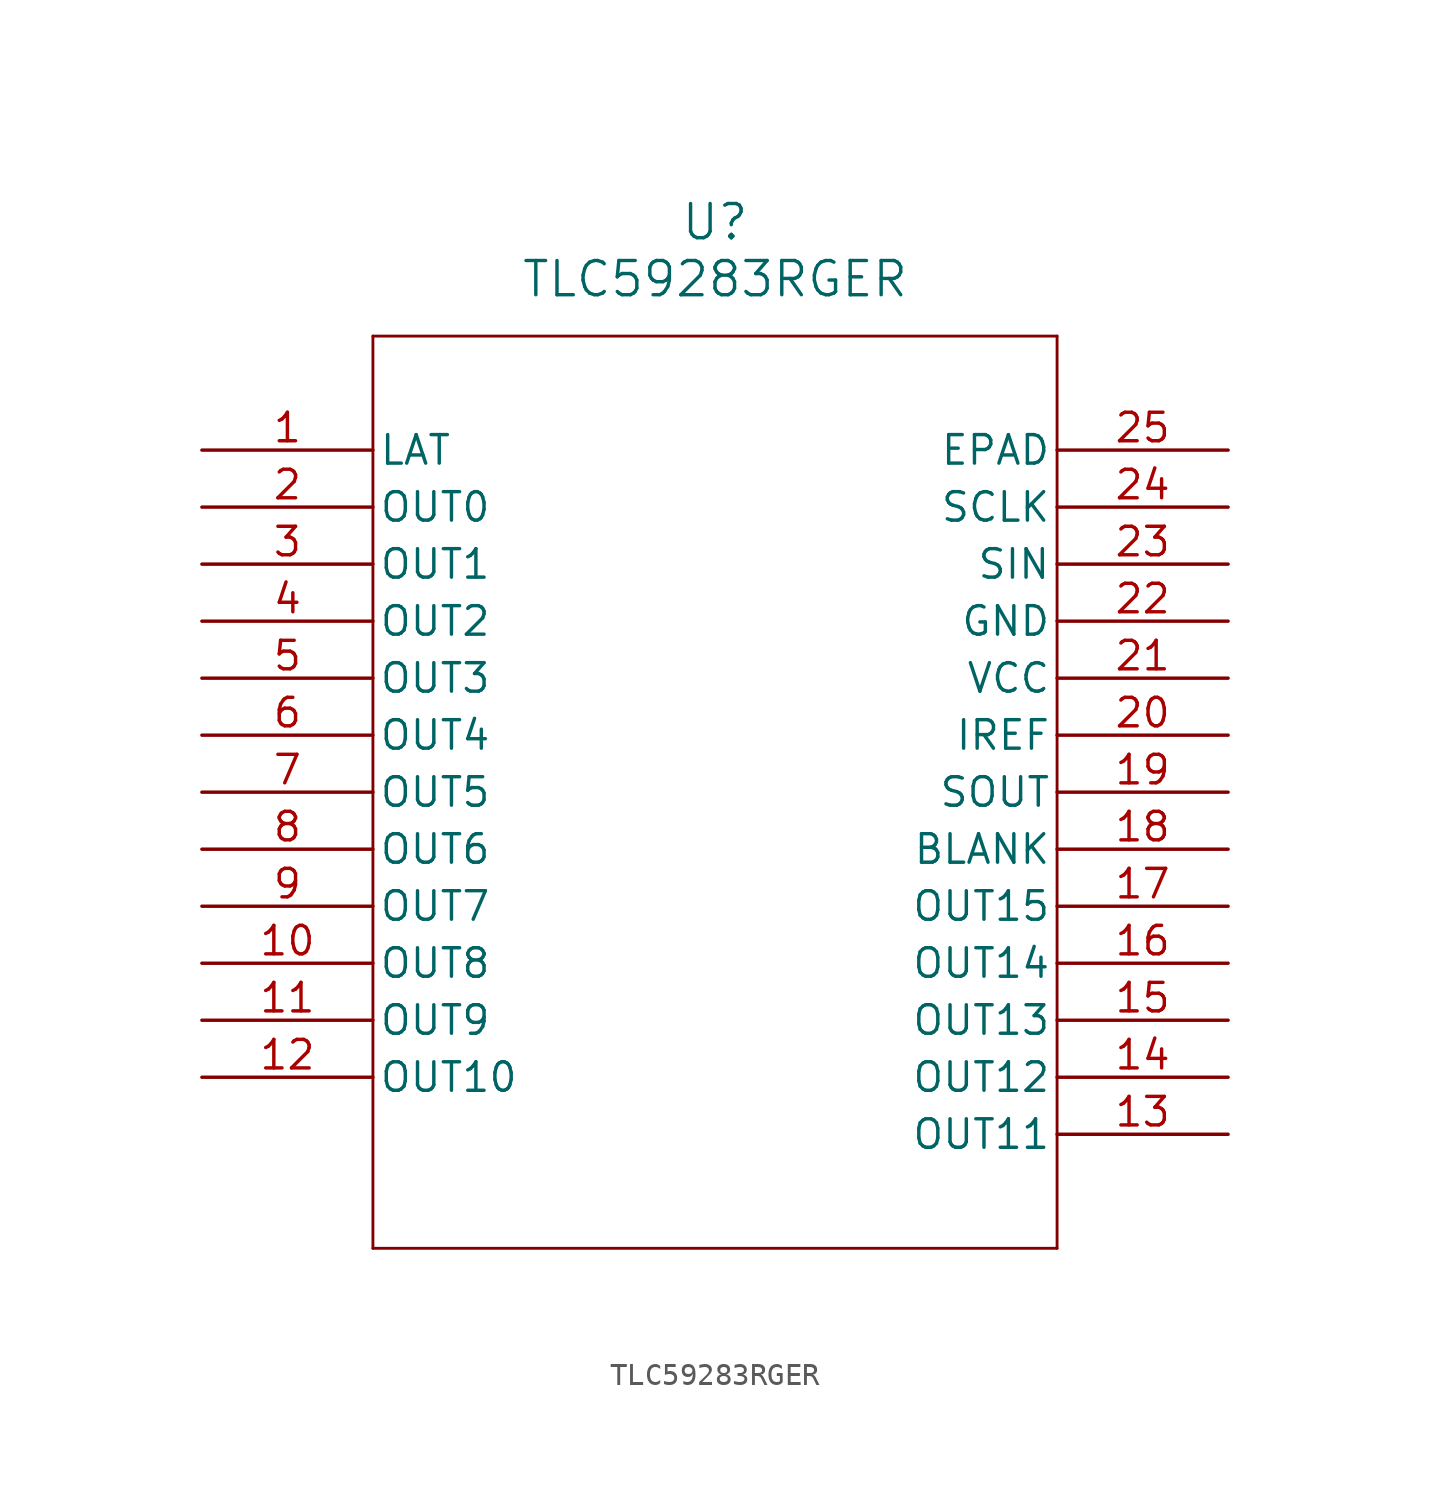
<source format=kicad_sym>
(kicad_symbol_lib
  (version 20211014)
  (generator kicad_symbol_editor)
  (symbol "TLC59283RGER"
    (pin_names
      (offset 0.254))
    (property "Reference" "U"
      (at 22.86 10.16 0)
      (effects (font (size 1.524 1.524))))
    (property "Value" "TLC59283RGER"
      (at 22.86 7.62 0)
      (effects (font (size 1.524 1.524))))
    (symbol "TLC59283RGER_0_1"
      (polyline (pts (xy 7.62 5.08) (xy 7.62 -35.56)) (stroke (width 0.127) (type default) (color 0 0 0 0)) (fill (type none)))
      (polyline (pts (xy 7.62 -35.56) (xy 38.1 -35.56)) (stroke (width 0.127) (type default) (color 0 0 0 0)) (fill (type none)))
      (polyline (pts (xy 38.1 -35.56) (xy 38.1 5.08)) (stroke (width 0.127) (type default) (color 0 0 0 0)) (fill (type none)))
      (polyline (pts (xy 38.1 5.08) (xy 7.62 5.08)) (stroke (width 0.127) (type default) (color 0 0 0 0)) (fill (type none)))
      (pin input line (at 0 0 0) (length 7.62) (name "LAT" (effects (font (size 1.27 1.27)))) (number "1" (effects (font (size 1.27 1.27)))))
      (pin output line (at 0 -2.54 0) (length 7.62) (name "OUT0" (effects (font (size 1.27 1.27)))) (number "2" (effects (font (size 1.27 1.27)))))
      (pin output line (at 0 -5.08 0) (length 7.62) (name "OUT1" (effects (font (size 1.27 1.27)))) (number "3" (effects (font (size 1.27 1.27)))))
      (pin output line (at 0 -7.62 0) (length 7.62) (name "OUT2" (effects (font (size 1.27 1.27)))) (number "4" (effects (font (size 1.27 1.27)))))
      (pin output line (at 0 -10.16 0) (length 7.62) (name "OUT3" (effects (font (size 1.27 1.27)))) (number "5" (effects (font (size 1.27 1.27)))))
      (pin output line (at 0 -12.7 0) (length 7.62) (name "OUT4" (effects (font (size 1.27 1.27)))) (number "6" (effects (font (size 1.27 1.27)))))
      (pin output line (at 0 -15.24 0) (length 7.62) (name "OUT5" (effects (font (size 1.27 1.27)))) (number "7" (effects (font (size 1.27 1.27)))))
      (pin output line (at 0 -17.78 0) (length 7.62) (name "OUT6" (effects (font (size 1.27 1.27)))) (number "8" (effects (font (size 1.27 1.27)))))
      (pin output line (at 0 -20.32 0) (length 7.62) (name "OUT7" (effects (font (size 1.27 1.27)))) (number "9" (effects (font (size 1.27 1.27)))))
      (pin output line (at 0 -22.86 0) (length 7.62) (name "OUT8" (effects (font (size 1.27 1.27)))) (number "10" (effects (font (size 1.27 1.27)))))
      (pin output line (at 0 -25.4 0) (length 7.62) (name "OUT9" (effects (font (size 1.27 1.27)))) (number "11" (effects (font (size 1.27 1.27)))))
      (pin output line (at 0 -27.94 0) (length 7.62) (name "OUT10" (effects (font (size 1.27 1.27)))) (number "12" (effects (font (size 1.27 1.27)))))
      (pin output line (at 45.72 -30.48 180) (length 7.62) (name "OUT11" (effects (font (size 1.27 1.27)))) (number "13" (effects (font (size 1.27 1.27)))))
      (pin output line (at 45.72 -27.94 180) (length 7.62) (name "OUT12" (effects (font (size 1.27 1.27)))) (number "14" (effects (font (size 1.27 1.27)))))
      (pin output line (at 45.72 -25.4 180) (length 7.62) (name "OUT13" (effects (font (size 1.27 1.27)))) (number "15" (effects (font (size 1.27 1.27)))))
      (pin output line (at 45.72 -22.86 180) (length 7.62) (name "OUT14" (effects (font (size 1.27 1.27)))) (number "16" (effects (font (size 1.27 1.27)))))
      (pin output line (at 45.72 -20.32 180) (length 7.62) (name "OUT15" (effects (font (size 1.27 1.27)))) (number "17" (effects (font (size 1.27 1.27)))))
      (pin input line (at 45.72 -17.78 180) (length 7.62) (name "BLANK" (effects (font (size 1.27 1.27)))) (number "18" (effects (font (size 1.27 1.27)))))
      (pin output line (at 45.72 -15.24 180) (length 7.62) (name "SOUT" (effects (font (size 1.27 1.27)))) (number "19" (effects (font (size 1.27 1.27)))))
      (pin bidirectional line (at 45.72 -12.7 180) (length 7.62) (name "IREF" (effects (font (size 1.27 1.27)))) (number "20" (effects (font (size 1.27 1.27)))))
      (pin power_in line (at 45.72 -10.16 180) (length 7.62) (name "VCC" (effects (font (size 1.27 1.27)))) (number "21" (effects (font (size 1.27 1.27)))))
      (pin power_in line (at 45.72 -7.62 180) (length 7.62) (name "GND" (effects (font (size 1.27 1.27)))) (number "22" (effects (font (size 1.27 1.27)))))
      (pin input line (at 45.72 -5.08 180) (length 7.62) (name "SIN" (effects (font (size 1.27 1.27)))) (number "23" (effects (font (size 1.27 1.27)))))
      (pin input line (at 45.72 -2.54 180) (length 7.62) (name "SCLK" (effects (font (size 1.27 1.27)))) (number "24" (effects (font (size 1.27 1.27)))))
      (pin unspecified line (at 45.72 0 180) (length 7.62) (name "EPAD" (effects (font (size 1.27 1.27)))) (number "25" (effects (font (size 1.27 1.27))))))))
</source>
